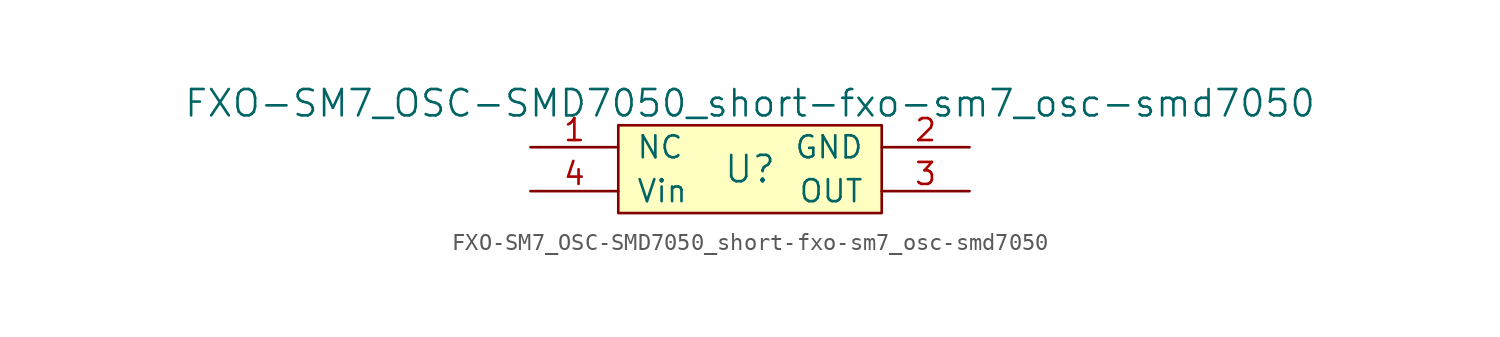
<source format=kicad_sym>
(kicad_symbol_lib
  (version 20210619)
  (generator kicad_symbol_editor)
  (symbol "FreeEEG32-ads131-rescue:FXO-SM7_OSC-SMD7050_short-fxo-sm7_osc-smd7050"
    (pin_names
      (offset 1.016))
    (property "Reference" "U"
      (at 0 0 0)
      (effects (font (size 1.524 1.524))))
    (property "Value" "FXO-SM7_OSC-SMD7050_short-fxo-sm7_osc-smd7050"
      (at 0 3.81 0)
      (effects (font (size 1.524 1.524))))
    (symbol "FXO-SM7_OSC-SMD7050_short-fxo-sm7_osc-smd7050_0_1"
      (rectangle (start 7.62 2.54) (end -7.62 -2.54) (stroke (width 0)) (fill (type background))))
    (symbol "FXO-SM7_OSC-SMD7050_short-fxo-sm7_osc-smd7050_1_1"
      (pin input line (at -12.7 1.27 0) (length 5.08) (name "NC" (effects (font (size 1.27 1.27)))) (number "1" (effects (font (size 1.27 1.27)))))
      (pin power_in line (at 12.7 1.27 180) (length 5.08) (name "GND" (effects (font (size 1.27 1.27)))) (number "2" (effects (font (size 1.27 1.27)))))
      (pin output line (at 12.7 -1.27 180) (length 5.08) (name "OUT" (effects (font (size 1.27 1.27)))) (number "3" (effects (font (size 1.27 1.27)))))
      (pin power_in line (at -12.7 -1.27 0) (length 5.08) (name "Vin" (effects (font (size 1.27 1.27)))) (number "4" (effects (font (size 1.27 1.27))))))))
</source>
